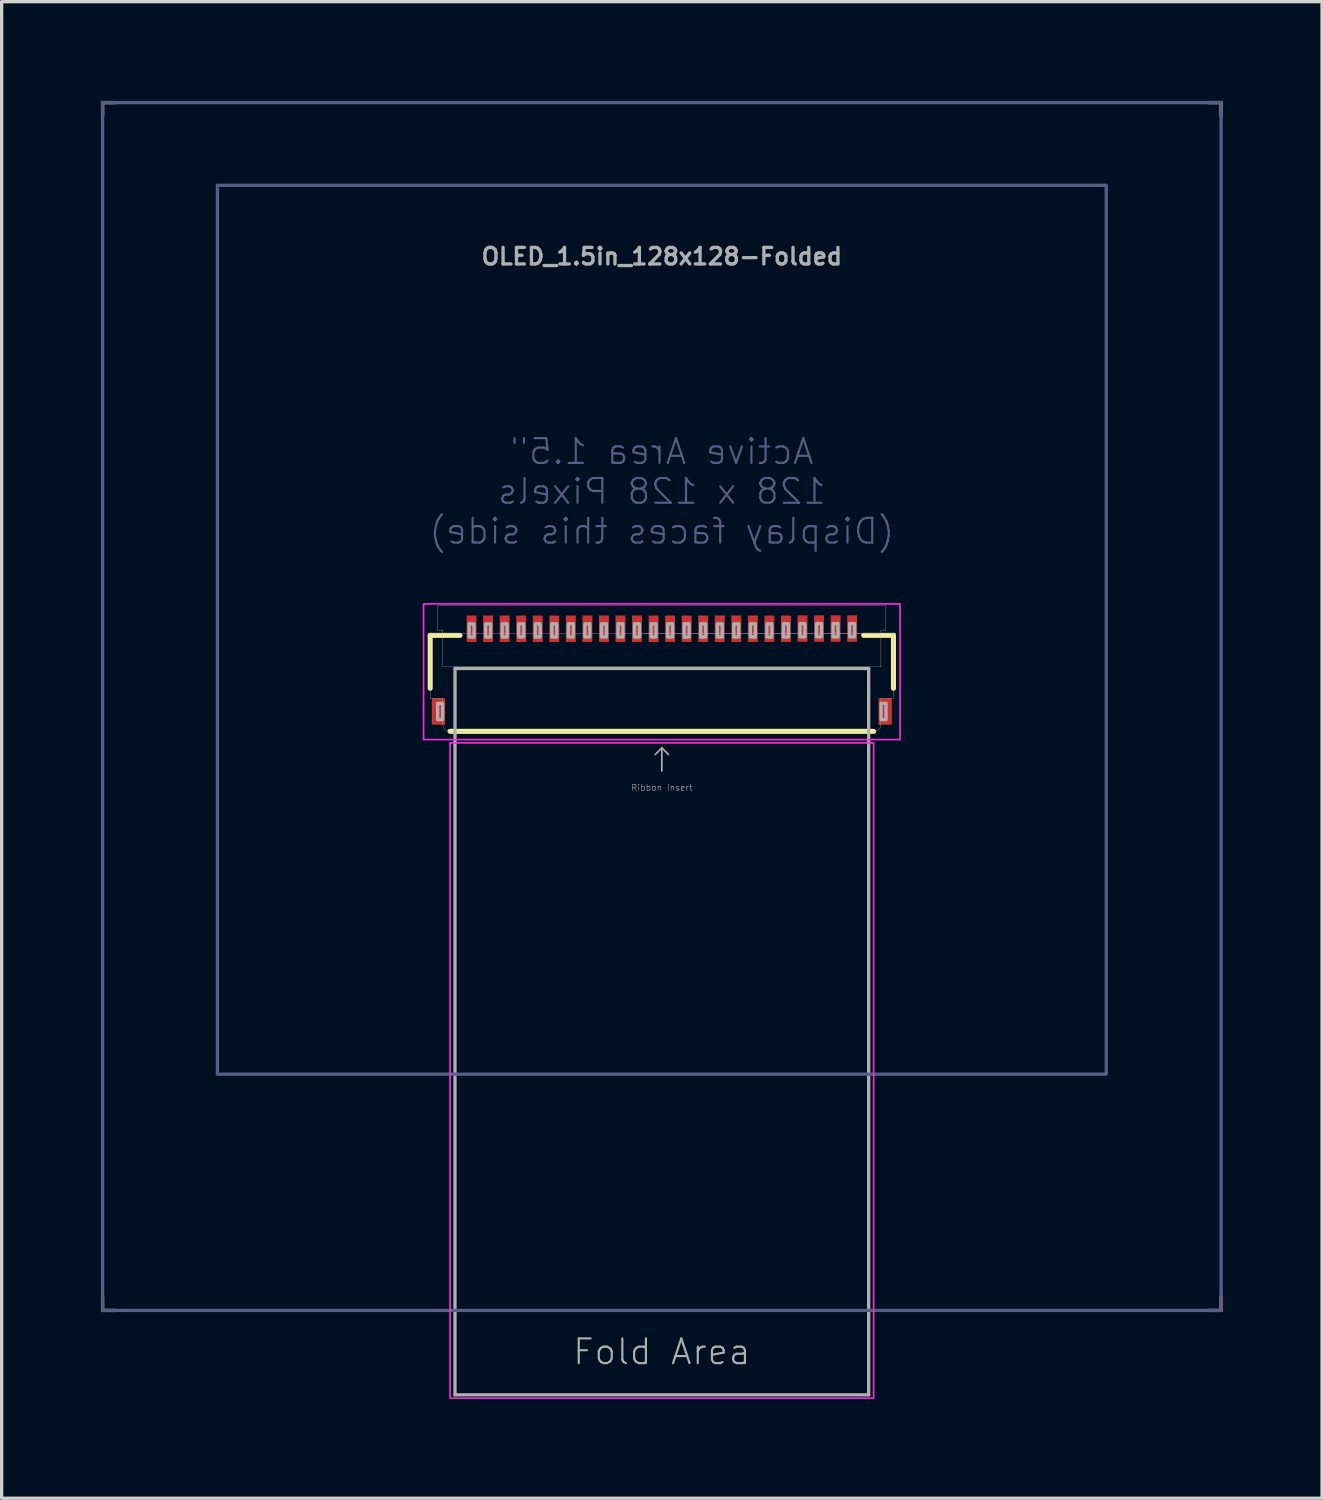
<source format=kicad_pcb>
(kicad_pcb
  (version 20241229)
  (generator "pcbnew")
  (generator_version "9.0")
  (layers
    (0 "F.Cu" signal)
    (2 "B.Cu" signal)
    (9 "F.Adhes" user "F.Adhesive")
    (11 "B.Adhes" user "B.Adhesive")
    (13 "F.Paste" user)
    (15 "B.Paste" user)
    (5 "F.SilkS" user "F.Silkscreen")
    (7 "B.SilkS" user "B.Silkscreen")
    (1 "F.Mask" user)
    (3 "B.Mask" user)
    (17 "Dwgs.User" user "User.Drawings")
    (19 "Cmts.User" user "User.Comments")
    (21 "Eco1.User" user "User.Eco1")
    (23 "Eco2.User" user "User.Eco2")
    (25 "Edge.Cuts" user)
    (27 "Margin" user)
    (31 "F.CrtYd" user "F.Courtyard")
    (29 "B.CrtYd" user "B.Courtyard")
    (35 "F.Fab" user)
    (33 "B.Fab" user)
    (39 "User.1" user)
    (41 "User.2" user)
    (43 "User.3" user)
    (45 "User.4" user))
  (footprint "OLED_1.5in_128x128-Folded"
    (layer "F.Cu")
    (at 16.95 18.3)
    (property "Reference" "OLED_1.5in_128x128-Folded" (at 0 -13.6 0) (unlocked yes) (layer "F.Fab") (effects (font (size 0.5 0.5) (thickness 0.1))))
    (fp_line (start -7 -2.15) (end -7 -0.55) (stroke (width 0.152) (type solid)) (layer "F.SilkS"))
    (fp_line (start -7 -2.15) (end -6.1 -2.15) (stroke (width 0.152) (type solid)) (layer "F.SilkS"))
    (fp_line (start -6.4 0.75) (end 6.4 0.75) (stroke (width 0.152) (type solid)) (layer "F.SilkS"))
    (fp_line (start 7 -2.15) (end 6.1 -2.15) (stroke (width 0.152) (type solid)) (layer "F.SilkS"))
    (fp_line (start 7 -2.15) (end 7 -0.55) (stroke (width 0.152) (type solid)) (layer "F.SilkS"))
    (fp_line (start -16.9 -18.25) (end -16.5 -18.25) (stroke (width 0.1) (type default)) (layer "B.SilkS"))
    (fp_line (start -16.9 -17.85) (end -16.9 -18.25) (stroke (width 0.1) (type default)) (layer "B.SilkS"))
    (fp_line (start -16.9 18.25) (end -16.9 17.85) (stroke (width 0.1) (type default)) (layer "B.SilkS"))
    (fp_line (start -16.5 18.25) (end -16.9 18.25) (stroke (width 0.1) (type default)) (layer "B.SilkS"))
    (fp_line (start 16.5 -18.25) (end 16.9 -18.25) (stroke (width 0.1) (type default)) (layer "B.SilkS"))
    (fp_line (start 16.9 -18.25) (end 16.9 -17.85) (stroke (width 0.1) (type default)) (layer "B.SilkS"))
    (fp_line (start 16.9 17.85) (end 16.9 18.25) (stroke (width 0.1) (type default)) (layer "B.SilkS"))
    (fp_line (start 16.9 18.25) (end 16.5 18.25) (stroke (width 0.1) (type default)) (layer "B.SilkS"))
    (fp_rect (start -7.2 -3.1) (end 7.2 1) (stroke (width 0.05) (type default)) (fill no) (layer "F.CrtYd"))
    (fp_rect (start -6.4 1.1) (end 6.4 20.9) (stroke (width 0.05) (type default)) (fill no) (layer "F.CrtYd"))
    (fp_rect (start -16.9 -18.25) (end 16.9 18.25) (stroke (width 0.1) (type default)) (fill no) (layer "B.Fab"))
    (fp_rect (start -13.43 -15.75) (end 13.43 11.11) (stroke (width 0.1) (type default)) (fill no) (layer "B.Fab"))
    (fp_line (start -7 -2.2) (end -7 -0.25) (stroke (width 0.01) (type solid)) (layer "F.Fab"))
    (fp_line (start -7 -2.2) (end -6.62 -2.2) (stroke (width 0.01) (type solid)) (layer "F.Fab"))
    (fp_line (start -6.77 -3.05) (end -6.77 -2.31) (stroke (width 0.01) (type solid)) (layer "F.Fab"))
    (fp_line (start -6.77 -3.05) (end 6.77 -3.05) (stroke (width 0.01) (type solid)) (layer "F.Fab"))
    (fp_line (start -6.62 -2.31) (end -6.77 -2.31) (stroke (width 0.01) (type solid)) (layer "F.Fab"))
    (fp_line (start -6.62 -2.2) (end -6.62 -2.31) (stroke (width 0.01) (type solid)) (layer "F.Fab"))
    (fp_line (start -6.62 -2.2) (end 6.62 -2.2) (stroke (width 0.01) (type solid)) (layer "F.Fab"))
    (fp_line (start -6.62 -1.2) (end -6.62 -2.2) (stroke (width 0.01) (type solid)) (layer "F.Fab"))
    (fp_line (start -6.62 -1.2) (end 6.62 -1.2) (stroke (width 0.01) (type solid)) (layer "F.Fab"))
    (fp_line (start -6.62 -0.25) (end -7 -0.25) (stroke (width 0.01) (type solid)) (layer "F.Fab"))
    (fp_line (start -6.62 0.55) (end -6.62 -0.25) (stroke (width 0.01) (type solid)) (layer "F.Fab"))
    (fp_line (start -6.25 20.8) (end -6.25 -1.15) (stroke (width 0.1) (type default)) (layer "F.Fab"))
    (fp_line (start -0.62 -2.205) (end 6.62 -2.2) (stroke (width 0.01) (type solid)) (layer "F.Fab"))
    (fp_line (start 0 1.25) (end -0.2 1.45) (stroke (width 0.05) (type solid)) (layer "F.Fab"))
    (fp_line (start 0 1.25) (end 0.2 1.45) (stroke (width 0.05) (type solid)) (layer "F.Fab"))
    (fp_line (start 0 1.95) (end 0 1.25) (stroke (width 0.05) (type solid)) (layer "F.Fab"))
    (fp_line (start 6.25 -1.15) (end -6.25 -1.15) (stroke (width 0.1) (type default)) (layer "F.Fab"))
    (fp_line (start 6.25 -1.15) (end 6.25 20.8) (stroke (width 0.1) (type default)) (layer "F.Fab"))
    (fp_line (start 6.25 20.8) (end -6.25 20.8) (stroke (width 0.1) (type default)) (layer "F.Fab"))
    (fp_line (start 6.41 0.75) (end -6.412 0.75) (stroke (width 0.01) (type solid)) (layer "F.Fab"))
    (fp_line (start 6.62 -2.31) (end 6.77 -2.31) (stroke (width 0.01) (type solid)) (layer "F.Fab"))
    (fp_line (start 6.62 -2.2) (end 6.62 -2.31) (stroke (width 0.01) (type solid)) (layer "F.Fab"))
    (fp_line (start 6.62 -2.2) (end 7 -2.2) (stroke (width 0.01) (type solid)) (layer "F.Fab"))
    (fp_line (start 6.62 -1.2) (end 6.62 -2.2) (stroke (width 0.01) (type solid)) (layer "F.Fab"))
    (fp_line (start 6.62 0.55) (end 6.62 -0.25) (stroke (width 0.01) (type solid)) (layer "F.Fab"))
    (fp_line (start 6.77 -2.31) (end 6.77 -3.05) (stroke (width 0.01) (type solid)) (layer "F.Fab"))
    (fp_line (start 7 -2.2) (end 7 -0.25) (stroke (width 0.01) (type solid)) (layer "F.Fab"))
    (fp_line (start 7 -0.25) (end 6.62 -0.25) (stroke (width 0.01) (type solid)) (layer "F.Fab"))
    (fp_arc (start -6.409999 0.749999) (mid -6.55542 0.692442) (end -6.62 0.55) (stroke (width 0.01) (type solid)) (layer "F.Fab"))
    (fp_arc (start 6.62 0.55) (mid 6.555421 0.692445) (end 6.409999 0.749999) (stroke (width 0.01) (type solid)) (layer "F.Fab"))
    (fp_poly (pts (xy -6.775 0.395) (xy -6.625 0.395) (xy -6.625 -0.095) (xy -6.775 -0.095)) (stroke (width 0.1) (type default)) (fill no) (layer "F.Fab"))
    (fp_poly (pts (xy -5.825 -2.1) (xy -5.675 -2.1) (xy -5.675 -2.5) (xy -5.825 -2.5)) (stroke (width 0.1) (type default)) (fill no) (layer "F.Fab"))
    (fp_poly (pts (xy -5.325 -2.1) (xy -5.175 -2.1) (xy -5.175 -2.5) (xy -5.325 -2.5)) (stroke (width 0.1) (type default)) (fill no) (layer "F.Fab"))
    (fp_poly (pts (xy -4.825 -2.1) (xy -4.675 -2.1) (xy -4.675 -2.5) (xy -4.825 -2.5)) (stroke (width 0.1) (type default)) (fill no) (layer "F.Fab"))
    (fp_poly (pts (xy -4.325 -2.1) (xy -4.175 -2.1) (xy -4.175 -2.5) (xy -4.325 -2.5)) (stroke (width 0.1) (type default)) (fill no) (layer "F.Fab"))
    (fp_poly (pts (xy -3.825 -2.1) (xy -3.675 -2.1) (xy -3.675 -2.5) (xy -3.825 -2.5)) (stroke (width 0.1) (type default)) (fill no) (layer "F.Fab"))
    (fp_poly (pts (xy -3.325 -2.1) (xy -3.175 -2.1) (xy -3.175 -2.5) (xy -3.325 -2.5)) (stroke (width 0.1) (type default)) (fill no) (layer "F.Fab"))
    (fp_poly (pts (xy -2.825 -2.1) (xy -2.675 -2.1) (xy -2.675 -2.5) (xy -2.825 -2.5)) (stroke (width 0.1) (type default)) (fill no) (layer "F.Fab"))
    (fp_poly (pts (xy -2.325 -2.1) (xy -2.175 -2.1) (xy -2.175 -2.5) (xy -2.325 -2.5)) (stroke (width 0.1) (type default)) (fill no) (layer "F.Fab"))
    (fp_poly (pts (xy -1.825 -2.1) (xy -1.675 -2.1) (xy -1.675 -2.5) (xy -1.825 -2.5)) (stroke (width 0.1) (type default)) (fill no) (layer "F.Fab"))
    (fp_poly (pts (xy -1.325 -2.1) (xy -1.175 -2.1) (xy -1.175 -2.5) (xy -1.325 -2.5)) (stroke (width 0.1) (type default)) (fill no) (layer "F.Fab"))
    (fp_poly (pts (xy -0.825 -2.1) (xy -0.675 -2.1) (xy -0.675 -2.5) (xy -0.825 -2.5)) (stroke (width 0.1) (type default)) (fill no) (layer "F.Fab"))
    (fp_poly (pts (xy -0.325 -2.1) (xy -0.175 -2.1) (xy -0.175 -2.5) (xy -0.325 -2.5)) (stroke (width 0.1) (type default)) (fill no) (layer "F.Fab"))
    (fp_poly (pts (xy 0.175 -2.1) (xy 0.325 -2.1) (xy 0.325 -2.5) (xy 0.175 -2.5)) (stroke (width 0.1) (type default)) (fill no) (layer "F.Fab"))
    (fp_poly (pts (xy 0.675 -2.1) (xy 0.825 -2.1) (xy 0.825 -2.5) (xy 0.675 -2.5)) (stroke (width 0.1) (type default)) (fill no) (layer "F.Fab"))
    (fp_poly (pts (xy 1.175 -2.1) (xy 1.325 -2.1) (xy 1.325 -2.5) (xy 1.175 -2.5)) (stroke (width 0.1) (type default)) (fill no) (layer "F.Fab"))
    (fp_poly (pts (xy 1.675 -2.1) (xy 1.825 -2.1) (xy 1.825 -2.5) (xy 1.675 -2.5)) (stroke (width 0.1) (type default)) (fill no) (layer "F.Fab"))
    (fp_poly (pts (xy 2.175 -2.1) (xy 2.325 -2.1) (xy 2.325 -2.5) (xy 2.175 -2.5)) (stroke (width 0.1) (type default)) (fill no) (layer "F.Fab"))
    (fp_poly (pts (xy 2.675 -2.1) (xy 2.825 -2.1) (xy 2.825 -2.5) (xy 2.675 -2.5)) (stroke (width 0.1) (type default)) (fill no) (layer "F.Fab"))
    (fp_poly (pts (xy 3.175 -2.1) (xy 3.325 -2.1) (xy 3.325 -2.5) (xy 3.175 -2.5)) (stroke (width 0.1) (type default)) (fill no) (layer "F.Fab"))
    (fp_poly (pts (xy 3.675 -2.1) (xy 3.825 -2.1) (xy 3.825 -2.5) (xy 3.675 -2.5)) (stroke (width 0.1) (type default)) (fill no) (layer "F.Fab"))
    (fp_poly (pts (xy 4.175 -2.105) (xy 4.325 -2.105) (xy 4.325 -2.505) (xy 4.175 -2.505)) (stroke (width 0.1) (type default)) (fill no) (layer "F.Fab"))
    (fp_poly (pts (xy 4.675 -2.105) (xy 4.825 -2.105) (xy 4.825 -2.505) (xy 4.675 -2.505)) (stroke (width 0.1) (type default)) (fill no) (layer "F.Fab"))
    (fp_poly (pts (xy 5.175 -2.105) (xy 5.325 -2.105) (xy 5.325 -2.505) (xy 5.175 -2.505)) (stroke (width 0.1) (type default)) (fill no) (layer "F.Fab"))
    (fp_poly (pts (xy 5.675 -2.105) (xy 5.825 -2.105) (xy 5.825 -2.505) (xy 5.675 -2.505)) (stroke (width 0.1) (type default)) (fill no) (layer "F.Fab"))
    (fp_poly (pts (xy 6.625 0.395) (xy 6.775 0.395) (xy 6.775 -0.095) (xy 6.625 -0.095)) (stroke (width 0.1) (type default)) (fill no) (layer "F.Fab"))
    (fp_text user "Active Area 1.5\"\n128 x 128 Pixels\n(Display faces this side)" (at 0 -6.5 0) (unlocked yes) (layer "B.Fab") (effects (font (size 0.748 0.748) (thickness 0.065)) (justify mirror)))
    (fp_text user "Ribbon Insert" (at 0 2.45 0) (layer "F.Fab") (effects (font (size 0.184 0.184) (thickness 0.016))))
    (fp_text user "Fold Area" (at 0 19.5 0) (unlocked yes) (layer "F.Fab") (effects (font (size 0.748 0.748) (thickness 0.065))))
    (pad "1" smd rect (at 5.75 -2.355) (size 0.3 0.8) (layers "F.Cu" "F.Mask" "F.Paste"))
    (pad "2" smd rect (at 5.25 -2.355) (size 0.3 0.8) (layers "F.Cu" "F.Mask" "F.Paste"))
    (pad "3" smd rect (at 4.75 -2.355) (size 0.3 0.8) (layers "F.Cu" "F.Mask" "F.Paste"))
    (pad "4" smd rect (at 4.25 -2.355) (size 0.3 0.8) (layers "F.Cu" "F.Mask" "F.Paste"))
    (pad "5" smd rect (at 3.75 -2.35) (size 0.3 0.8) (layers "F.Cu" "F.Mask" "F.Paste"))
    (pad "6" smd rect (at 3.25 -2.35) (size 0.3 0.8) (layers "F.Cu" "F.Mask" "F.Paste"))
    (pad "7" smd rect (at 2.75 -2.35) (size 0.3 0.8) (layers "F.Cu" "F.Mask" "F.Paste"))
    (pad "8" smd rect (at 2.25 -2.35) (size 0.3 0.8) (layers "F.Cu" "F.Mask" "F.Paste"))
    (pad "9" smd rect (at 1.75 -2.35) (size 0.3 0.8) (layers "F.Cu" "F.Mask" "F.Paste"))
    (pad "10" smd rect (at 1.25 -2.35) (size 0.3 0.8) (layers "F.Cu" "F.Mask" "F.Paste"))
    (pad "11" smd rect (at 0.75 -2.35) (size 0.3 0.8) (layers "F.Cu" "F.Mask" "F.Paste"))
    (pad "12" smd rect (at 0.25 -2.35) (size 0.3 0.8) (layers "F.Cu" "F.Mask" "F.Paste"))
    (pad "13" smd rect (at -0.25 -2.35) (size 0.3 0.8) (layers "F.Cu" "F.Mask" "F.Paste"))
    (pad "14" smd rect (at -0.75 -2.35) (size 0.3 0.8) (layers "F.Cu" "F.Mask" "F.Paste"))
    (pad "15" smd rect (at -1.25 -2.35) (size 0.3 0.8) (layers "F.Cu" "F.Mask" "F.Paste"))
    (pad "16" smd rect (at -1.75 -2.35) (size 0.3 0.8) (layers "F.Cu" "F.Mask" "F.Paste"))
    (pad "17" smd rect (at -2.25 -2.35) (size 0.3 0.8) (layers "F.Cu" "F.Mask" "F.Paste"))
    (pad "18" smd rect (at -2.75 -2.35) (size 0.3 0.8) (layers "F.Cu" "F.Mask" "F.Paste"))
    (pad "19" smd rect (at -3.25 -2.35) (size 0.3 0.8) (layers "F.Cu" "F.Mask" "F.Paste"))
    (pad "20" smd rect (at -3.75 -2.35) (size 0.3 0.8) (layers "F.Cu" "F.Mask" "F.Paste"))
    (pad "21" smd rect (at -4.25 -2.35) (size 0.3 0.8) (layers "F.Cu" "F.Mask" "F.Paste"))
    (pad "22" smd rect (at -4.75 -2.35) (size 0.3 0.8) (layers "F.Cu" "F.Mask" "F.Paste"))
    (pad "23" smd rect (at -5.25 -2.35) (size 0.3 0.8) (layers "F.Cu" "F.Mask" "F.Paste"))
    (pad "24" smd rect (at -5.75 -2.35) (size 0.3 0.8) (layers "F.Cu" "F.Mask" "F.Paste"))
    (pad "MP1" smd rect (at -6.75 0.15) (size 0.4 0.8) (layers "F.Cu" "F.Mask" "F.Paste"))
    (pad "MP2" smd rect (at 6.75 0.15) (size 0.4 0.8) (layers "F.Cu" "F.Mask" "F.Paste")))
  (gr_rect
    (start -3 -3)
    (end 36.9 42.225)
    (stroke (width 0.1) (type default))
    (fill no)
    (layer "Edge.Cuts")))
</source>
